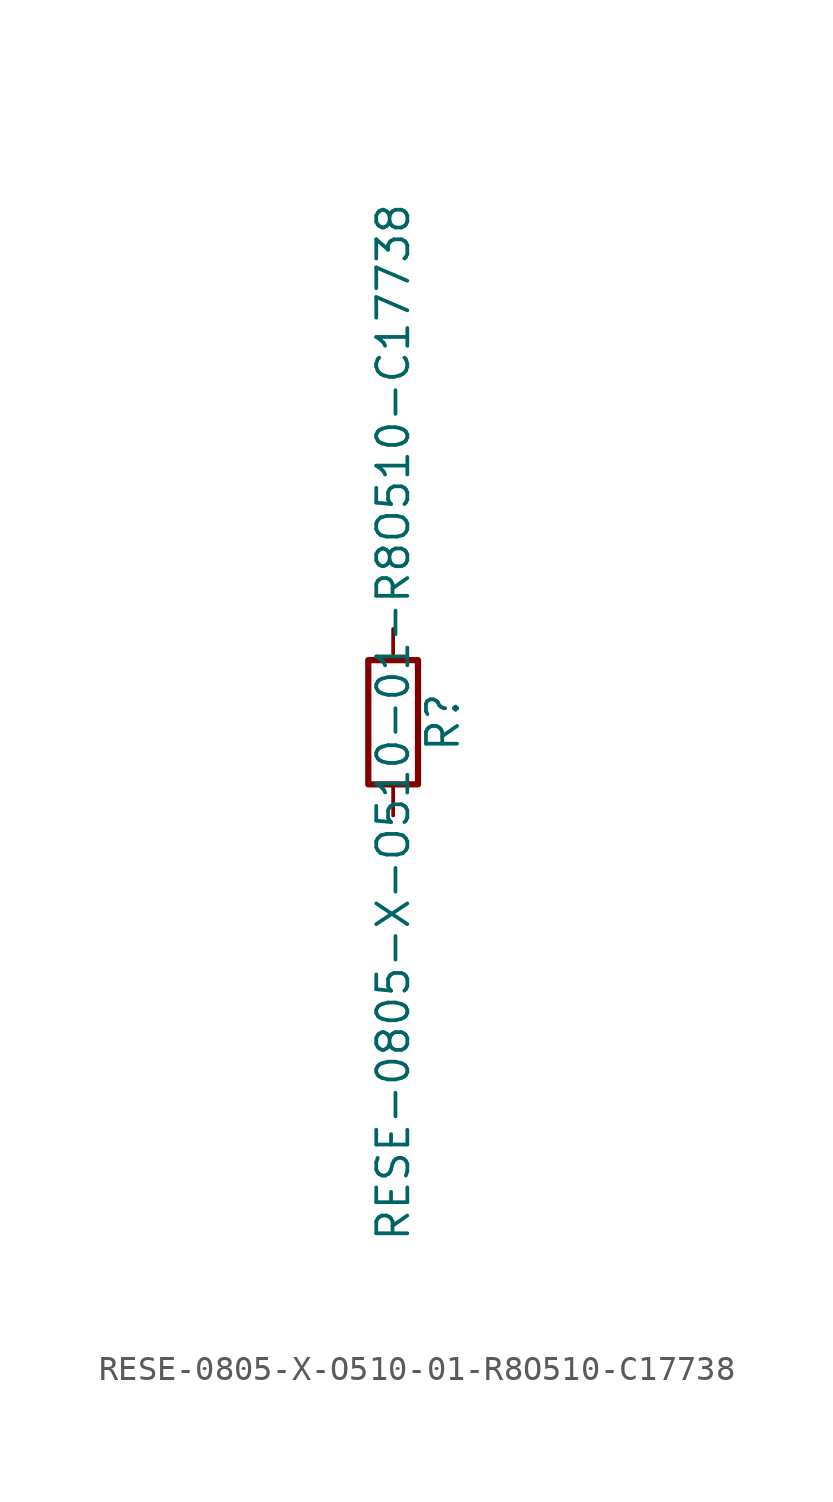
<source format=kicad_sym>
(kicad_symbol_lib
  (version 20211014)
  (generator kicad_symbol_editor)
  (symbol "RESE-0805-X-O510-01-R8O510-C17738"
    (pin_numbers hide)
    (pin_names
      (offset 0))
    (property "Reference" "R"
      (at 2.032 0 90)
      (effects (font (size 1.27 1.27))))
    (property "Value" "RESE-0805-X-O510-01-R8O510-C17738"
      (at 0 0 90)
      (effects (font (size 1.27 1.27))))
    (symbol "RESE-0805-X-O510-01-R8O510-C17738_0_1"
      (rectangle (start -1.016 -2.54) (end 1.016 2.54) (stroke (width 0.254) (type default) (color 0 0 0 0)) (fill (type none))))
    (symbol "RESE-0805-X-O510-01-R8O510-C17738_1_1"
      (pin passive line (at 0 3.81 270) (length 1.27) (name "~" (effects (font (size 1.27 1.27)))) (number "1" (effects (font (size 1.27 1.27)))))
      (pin passive line (at 0 -3.81 90) (length 1.27) (name "~" (effects (font (size 1.27 1.27)))) (number "2" (effects (font (size 1.27 1.27))))))))
</source>
